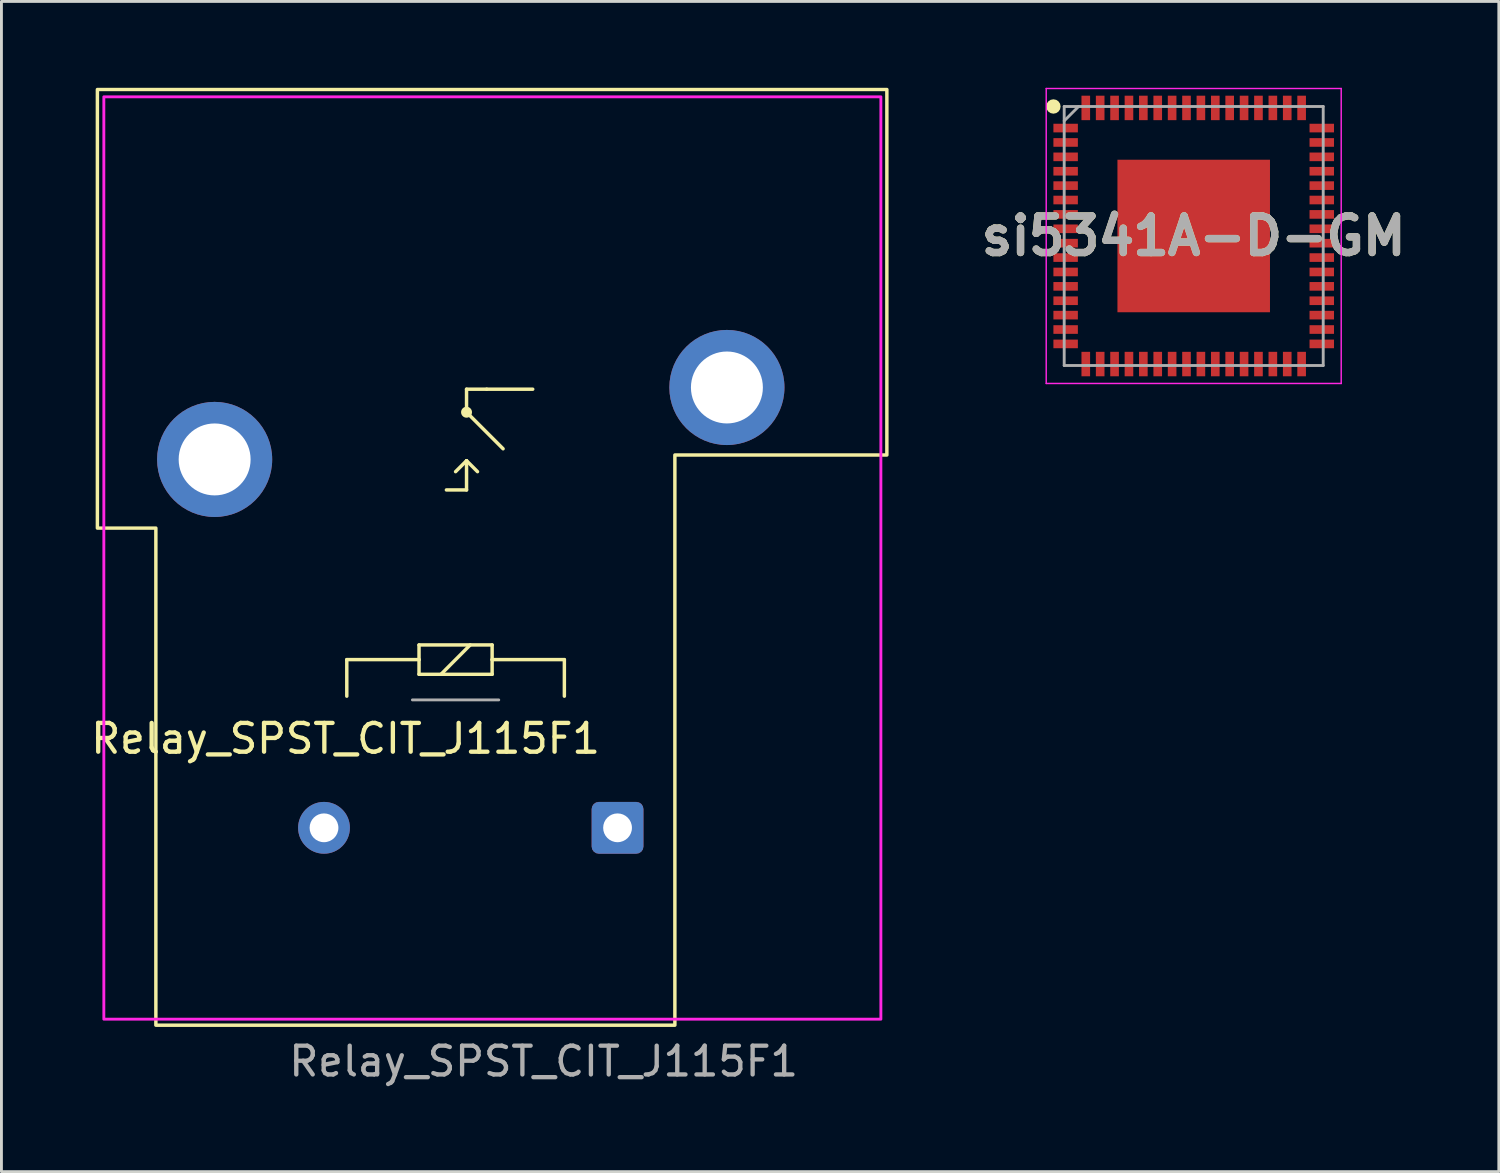
<source format=kicad_pcb>
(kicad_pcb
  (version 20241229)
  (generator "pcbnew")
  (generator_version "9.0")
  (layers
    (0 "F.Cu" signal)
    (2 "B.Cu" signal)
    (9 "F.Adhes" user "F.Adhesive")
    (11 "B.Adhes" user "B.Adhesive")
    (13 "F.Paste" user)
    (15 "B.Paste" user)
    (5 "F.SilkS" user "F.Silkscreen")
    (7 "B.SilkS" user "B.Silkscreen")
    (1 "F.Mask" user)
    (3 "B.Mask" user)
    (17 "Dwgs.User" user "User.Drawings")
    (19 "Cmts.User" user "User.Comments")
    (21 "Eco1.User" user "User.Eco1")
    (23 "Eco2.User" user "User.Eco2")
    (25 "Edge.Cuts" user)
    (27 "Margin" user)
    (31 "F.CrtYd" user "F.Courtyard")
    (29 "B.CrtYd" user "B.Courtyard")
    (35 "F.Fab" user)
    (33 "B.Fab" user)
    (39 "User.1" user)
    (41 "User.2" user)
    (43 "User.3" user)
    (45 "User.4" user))
  (footprint "Relay_SPST_CIT_J115F1"
    (layer "F.Cu")
    (at 8.208 25.714)
    (property "Reference" "Relay_SPST_CIT_J115F1" (at 0.75 -3.1 0) (unlocked yes) (layer "F.SilkS") (effects (font (size 1 1) (thickness 0.15))))
    (attr through_hole)
    (fp_line (start 0.792 -5.844) (end 3.302 -5.844) (stroke (width 0.12) (type default)) (layer "F.SilkS"))
    (fp_line (start 0.792 -4.574) (end 0.792 -5.844) (stroke (width 0.12) (type solid)) (layer "F.SilkS"))
    (fp_line (start 3.302 -6.354) (end 3.302 -5.844) (stroke (width 0.12) (type solid)) (layer "F.SilkS"))
    (fp_line (start 3.302 -5.844) (end 3.302 -5.334) (stroke (width 0.12) (type solid)) (layer "F.SilkS"))
    (fp_line (start 3.302 -5.334) (end 5.842 -5.334) (stroke (width 0.12) (type solid)) (layer "F.SilkS"))
    (fp_line (start 4.064 -5.334) (end 5.08 -6.354) (stroke (width 0.12) (type solid)) (layer "F.SilkS"))
    (fp_line (start 4.253 -11.74) (end 4.953 -11.74) (stroke (width 0.12) (type solid)) (layer "F.SilkS"))
    (fp_line (start 4.953 -15.24) (end 5.653 -15.24) (stroke (width 0.12) (type default)) (layer "F.SilkS"))
    (fp_line (start 4.953 -14.44) (end 4.953 -15.24) (stroke (width 0.12) (type default)) (layer "F.SilkS"))
    (fp_line (start 4.953 -14.44) (end 6.223 -13.17) (stroke (width 0.12) (type solid)) (layer "F.SilkS"))
    (fp_line (start 4.953 -12.756) (end 4.572 -12.375) (stroke (width 0.12) (type solid)) (layer "F.SilkS"))
    (fp_line (start 4.953 -12.756) (end 4.953 -11.74) (stroke (width 0.12) (type solid)) (layer "F.SilkS"))
    (fp_line (start 4.953 -12.756) (end 5.334 -12.375) (stroke (width 0.12) (type solid)) (layer "F.SilkS"))
    (fp_line (start 5.842 -6.354) (end 3.302 -6.354) (stroke (width 0.12) (type solid)) (layer "F.SilkS"))
    (fp_line (start 5.842 -5.844) (end 5.842 -6.354) (stroke (width 0.12) (type solid)) (layer "F.SilkS"))
    (fp_line (start 5.842 -5.844) (end 8.352 -5.844) (stroke (width 0.12) (type default)) (layer "F.SilkS"))
    (fp_line (start 5.842 -5.334) (end 5.842 -5.844) (stroke (width 0.12) (type solid)) (layer "F.SilkS"))
    (fp_line (start 7.253 -15.24) (end 5.653 -15.24) (stroke (width 0.12) (type default)) (layer "F.SilkS"))
    (fp_line (start 8.352 -5.844) (end 8.352 -4.574) (stroke (width 0.12) (type solid)) (layer "F.SilkS"))
    (fp_circle (center 4.953 -14.44) (end 4.823 -14.44) (stroke (width 0.12) (type solid)) (fill yes) (layer "F.SilkS"))
    (fp_poly (pts (xy -7.874 -25.654) (xy 19.558 -25.654) (xy 19.558 -12.954) (xy 12.192 -12.954) (xy 12.192 6.858) (xy -5.842 6.858) (xy -5.842 -10.414) (xy -7.874 -10.414)) (stroke (width 0.12) (type solid)) (fill no) (layer "F.SilkS"))
    (fp_rect (start -7.65 -25.4) (end 19.35 6.65) (stroke (width 0.1) (type default)) (fill no) (layer "F.CrtYd"))
    (fp_line (start 3.072 -4.444) (end 6.072 -4.444) (stroke (width 0.1) (type default)) (layer "F.Fab"))
    (fp_text user "${REFERENCE}" (at -1.3 8.7 0) (unlocked yes) (layer "F.Fab") (effects (font (size 1 1) (thickness 0.15)) (justify left bottom)))
    (pad "13" thru_hole circle (at -3.8 -12.8) (size 4 4) (drill 2.5) (layers "*.Cu" "*.Mask"))
    (pad "14" thru_hole circle (at 14 -15.3) (size 4 4) (drill 2.5) (layers "*.Cu" "*.Mask"))
    (pad "A1" thru_hole roundrect (at 10.2 0 90) (size 1.8 1.8) (drill 1) (layers "*.Cu" "*.Mask") (roundrect_rratio 0.139))
    (pad "A2" thru_hole circle (at 0 0 90) (size 1.8 1.8) (drill 1) (layers "*.Cu" "*.Mask")))
  (footprint "si5341A-D-GM"
    (layer "F.Cu")
    (at 38.428 5.15)
    (property "Reference" "si5341A-D-GM" (at 0 0 0) (layer "F.SilkS") (effects (font (size 1.27 1.27) (thickness 0.254))))
    (attr smd)
    (fp_circle (center -4.875 -4.5) (end -4.875 -4.375) (stroke (width 0.25) (type solid)) (fill no) (layer "F.SilkS"))
    (fp_line (start -5.125 -5.125) (end 5.125 -5.125) (stroke (width 0.05) (type solid)) (layer "F.CrtYd"))
    (fp_line (start -5.125 5.125) (end -5.125 -5.125) (stroke (width 0.05) (type solid)) (layer "F.CrtYd"))
    (fp_line (start 5.125 -5.125) (end 5.125 5.125) (stroke (width 0.05) (type solid)) (layer "F.CrtYd"))
    (fp_line (start 5.125 5.125) (end -5.125 5.125) (stroke (width 0.05) (type solid)) (layer "F.CrtYd"))
    (fp_line (start -4.5 -4.5) (end 4.5 -4.5) (stroke (width 0.1) (type solid)) (layer "F.Fab"))
    (fp_line (start -4.5 -4) (end -4 -4.5) (stroke (width 0.1) (type solid)) (layer "F.Fab"))
    (fp_line (start -4.5 4.5) (end -4.5 -4.5) (stroke (width 0.1) (type solid)) (layer "F.Fab"))
    (fp_line (start 4.5 -4.5) (end 4.5 4.5) (stroke (width 0.1) (type solid)) (layer "F.Fab"))
    (fp_line (start 4.5 4.5) (end -4.5 4.5) (stroke (width 0.1) (type solid)) (layer "F.Fab"))
    (fp_text user "${REFERENCE}" (at 0 0 0) (layer "F.Fab") (effects (font (size 1.27 1.27) (thickness 0.254))))
    (pad "1" smd rect (at -4.45 -3.75 90) (size 0.3 0.85) (layers "F.Cu" "F.Mask" "F.Paste"))
    (pad "2" smd rect (at -4.45 -3.25 90) (size 0.3 0.85) (layers "F.Cu" "F.Mask" "F.Paste"))
    (pad "3" smd rect (at -4.45 -2.75 90) (size 0.3 0.85) (layers "F.Cu" "F.Mask" "F.Paste"))
    (pad "4" smd rect (at -4.45 -2.25 90) (size 0.3 0.85) (layers "F.Cu" "F.Mask" "F.Paste"))
    (pad "5" smd rect (at -4.45 -1.75 90) (size 0.3 0.85) (layers "F.Cu" "F.Mask" "F.Paste"))
    (pad "6" smd rect (at -4.45 -1.25 90) (size 0.3 0.85) (layers "F.Cu" "F.Mask" "F.Paste"))
    (pad "7" smd rect (at -4.45 -0.75 90) (size 0.3 0.85) (layers "F.Cu" "F.Mask" "F.Paste"))
    (pad "8" smd rect (at -4.45 -0.25 90) (size 0.3 0.85) (layers "F.Cu" "F.Mask" "F.Paste"))
    (pad "9" smd rect (at -4.45 0.25 90) (size 0.3 0.85) (layers "F.Cu" "F.Mask" "F.Paste"))
    (pad "10" smd rect (at -4.45 0.75 90) (size 0.3 0.85) (layers "F.Cu" "F.Mask" "F.Paste"))
    (pad "11" smd rect (at -4.45 1.25 90) (size 0.3 0.85) (layers "F.Cu" "F.Mask" "F.Paste"))
    (pad "12" smd rect (at -4.45 1.75 90) (size 0.3 0.85) (layers "F.Cu" "F.Mask" "F.Paste"))
    (pad "13" smd rect (at -4.45 2.25 90) (size 0.3 0.85) (layers "F.Cu" "F.Mask" "F.Paste"))
    (pad "14" smd rect (at -4.45 2.75 90) (size 0.3 0.85) (layers "F.Cu" "F.Mask" "F.Paste"))
    (pad "15" smd rect (at -4.45 3.25 90) (size 0.3 0.85) (layers "F.Cu" "F.Mask" "F.Paste"))
    (pad "16" smd rect (at -4.45 3.75 90) (size 0.3 0.85) (layers "F.Cu" "F.Mask" "F.Paste"))
    (pad "17" smd rect (at -3.75 4.45) (size 0.3 0.85) (layers "F.Cu" "F.Mask" "F.Paste"))
    (pad "18" smd rect (at -3.25 4.45) (size 0.3 0.85) (layers "F.Cu" "F.Mask" "F.Paste"))
    (pad "19" smd rect (at -2.75 4.45) (size 0.3 0.85) (layers "F.Cu" "F.Mask" "F.Paste"))
    (pad "20" smd rect (at -2.25 4.45) (size 0.3 0.85) (layers "F.Cu" "F.Mask" "F.Paste"))
    (pad "21" smd rect (at -1.75 4.45) (size 0.3 0.85) (layers "F.Cu" "F.Mask" "F.Paste"))
    (pad "22" smd rect (at -1.25 4.45) (size 0.3 0.85) (layers "F.Cu" "F.Mask" "F.Paste"))
    (pad "23" smd rect (at -0.75 4.45) (size 0.3 0.85) (layers "F.Cu" "F.Mask" "F.Paste"))
    (pad "24" smd rect (at -0.25 4.45) (size 0.3 0.85) (layers "F.Cu" "F.Mask" "F.Paste"))
    (pad "25" smd rect (at 0.25 4.45) (size 0.3 0.85) (layers "F.Cu" "F.Mask" "F.Paste"))
    (pad "26" smd rect (at 0.75 4.45) (size 0.3 0.85) (layers "F.Cu" "F.Mask" "F.Paste"))
    (pad "27" smd rect (at 1.25 4.45) (size 0.3 0.85) (layers "F.Cu" "F.Mask" "F.Paste"))
    (pad "28" smd rect (at 1.75 4.45) (size 0.3 0.85) (layers "F.Cu" "F.Mask" "F.Paste"))
    (pad "29" smd rect (at 2.25 4.45) (size 0.3 0.85) (layers "F.Cu" "F.Mask" "F.Paste"))
    (pad "30" smd rect (at 2.75 4.45) (size 0.3 0.85) (layers "F.Cu" "F.Mask" "F.Paste"))
    (pad "31" smd rect (at 3.25 4.45) (size 0.3 0.85) (layers "F.Cu" "F.Mask" "F.Paste"))
    (pad "32" smd rect (at 3.75 4.45) (size 0.3 0.85) (layers "F.Cu" "F.Mask" "F.Paste"))
    (pad "33" smd rect (at 4.45 3.75 90) (size 0.3 0.85) (layers "F.Cu" "F.Mask" "F.Paste"))
    (pad "34" smd rect (at 4.45 3.25 90) (size 0.3 0.85) (layers "F.Cu" "F.Mask" "F.Paste"))
    (pad "35" smd rect (at 4.45 2.75 90) (size 0.3 0.85) (layers "F.Cu" "F.Mask" "F.Paste"))
    (pad "36" smd rect (at 4.45 2.25 90) (size 0.3 0.85) (layers "F.Cu" "F.Mask" "F.Paste"))
    (pad "37" smd rect (at 4.45 1.75 90) (size 0.3 0.85) (layers "F.Cu" "F.Mask" "F.Paste"))
    (pad "38" smd rect (at 4.45 1.25 90) (size 0.3 0.85) (layers "F.Cu" "F.Mask" "F.Paste"))
    (pad "39" smd rect (at 4.45 0.75 90) (size 0.3 0.85) (layers "F.Cu" "F.Mask" "F.Paste"))
    (pad "40" smd rect (at 4.45 0.25 90) (size 0.3 0.85) (layers "F.Cu" "F.Mask" "F.Paste"))
    (pad "41" smd rect (at 4.45 -0.25 90) (size 0.3 0.85) (layers "F.Cu" "F.Mask" "F.Paste"))
    (pad "42" smd rect (at 4.45 -0.75 90) (size 0.3 0.85) (layers "F.Cu" "F.Mask" "F.Paste"))
    (pad "43" smd rect (at 4.45 -1.25 90) (size 0.3 0.85) (layers "F.Cu" "F.Mask" "F.Paste"))
    (pad "44" smd rect (at 4.45 -1.75 90) (size 0.3 0.85) (layers "F.Cu" "F.Mask" "F.Paste"))
    (pad "45" smd rect (at 4.45 -2.25 90) (size 0.3 0.85) (layers "F.Cu" "F.Mask" "F.Paste"))
    (pad "46" smd rect (at 4.45 -2.75 90) (size 0.3 0.85) (layers "F.Cu" "F.Mask" "F.Paste"))
    (pad "47" smd rect (at 4.45 -3.25 90) (size 0.3 0.85) (layers "F.Cu" "F.Mask" "F.Paste"))
    (pad "48" smd rect (at 4.45 -3.75 90) (size 0.3 0.85) (layers "F.Cu" "F.Mask" "F.Paste"))
    (pad "49" smd rect (at 3.75 -4.45) (size 0.3 0.85) (layers "F.Cu" "F.Mask" "F.Paste"))
    (pad "50" smd rect (at 3.25 -4.45) (size 0.3 0.85) (layers "F.Cu" "F.Mask" "F.Paste"))
    (pad "51" smd rect (at 2.75 -4.45) (size 0.3 0.85) (layers "F.Cu" "F.Mask" "F.Paste"))
    (pad "52" smd rect (at 2.25 -4.45) (size 0.3 0.85) (layers "F.Cu" "F.Mask" "F.Paste"))
    (pad "53" smd rect (at 1.75 -4.45) (size 0.3 0.85) (layers "F.Cu" "F.Mask" "F.Paste"))
    (pad "54" smd rect (at 1.25 -4.45) (size 0.3 0.85) (layers "F.Cu" "F.Mask" "F.Paste"))
    (pad "55" smd rect (at 0.75 -4.45) (size 0.3 0.85) (layers "F.Cu" "F.Mask" "F.Paste"))
    (pad "56" smd rect (at 0.25 -4.45) (size 0.3 0.85) (layers "F.Cu" "F.Mask" "F.Paste"))
    (pad "57" smd rect (at -0.25 -4.45) (size 0.3 0.85) (layers "F.Cu" "F.Mask" "F.Paste"))
    (pad "58" smd rect (at -0.75 -4.45) (size 0.3 0.85) (layers "F.Cu" "F.Mask" "F.Paste"))
    (pad "59" smd rect (at -1.25 -4.45) (size 0.3 0.85) (layers "F.Cu" "F.Mask" "F.Paste"))
    (pad "60" smd rect (at -1.75 -4.45) (size 0.3 0.85) (layers "F.Cu" "F.Mask" "F.Paste"))
    (pad "61" smd rect (at -2.25 -4.45) (size 0.3 0.85) (layers "F.Cu" "F.Mask" "F.Paste"))
    (pad "62" smd rect (at -2.75 -4.45) (size 0.3 0.85) (layers "F.Cu" "F.Mask" "F.Paste"))
    (pad "63" smd rect (at -3.25 -4.45) (size 0.3 0.85) (layers "F.Cu" "F.Mask" "F.Paste"))
    (pad "64" smd rect (at -3.75 -4.45) (size 0.3 0.85) (layers "F.Cu" "F.Mask" "F.Paste"))
    (pad "65" smd rect (at 0 0) (size 5.3 5.3) (layers "F.Cu" "F.Mask" "F.Paste")))
  (gr_rect
    (start -3 -3)
    (end 49.03 37.66)
    (stroke (width 0.1) (type default))
    (fill no)
    (layer "Edge.Cuts")))
</source>
